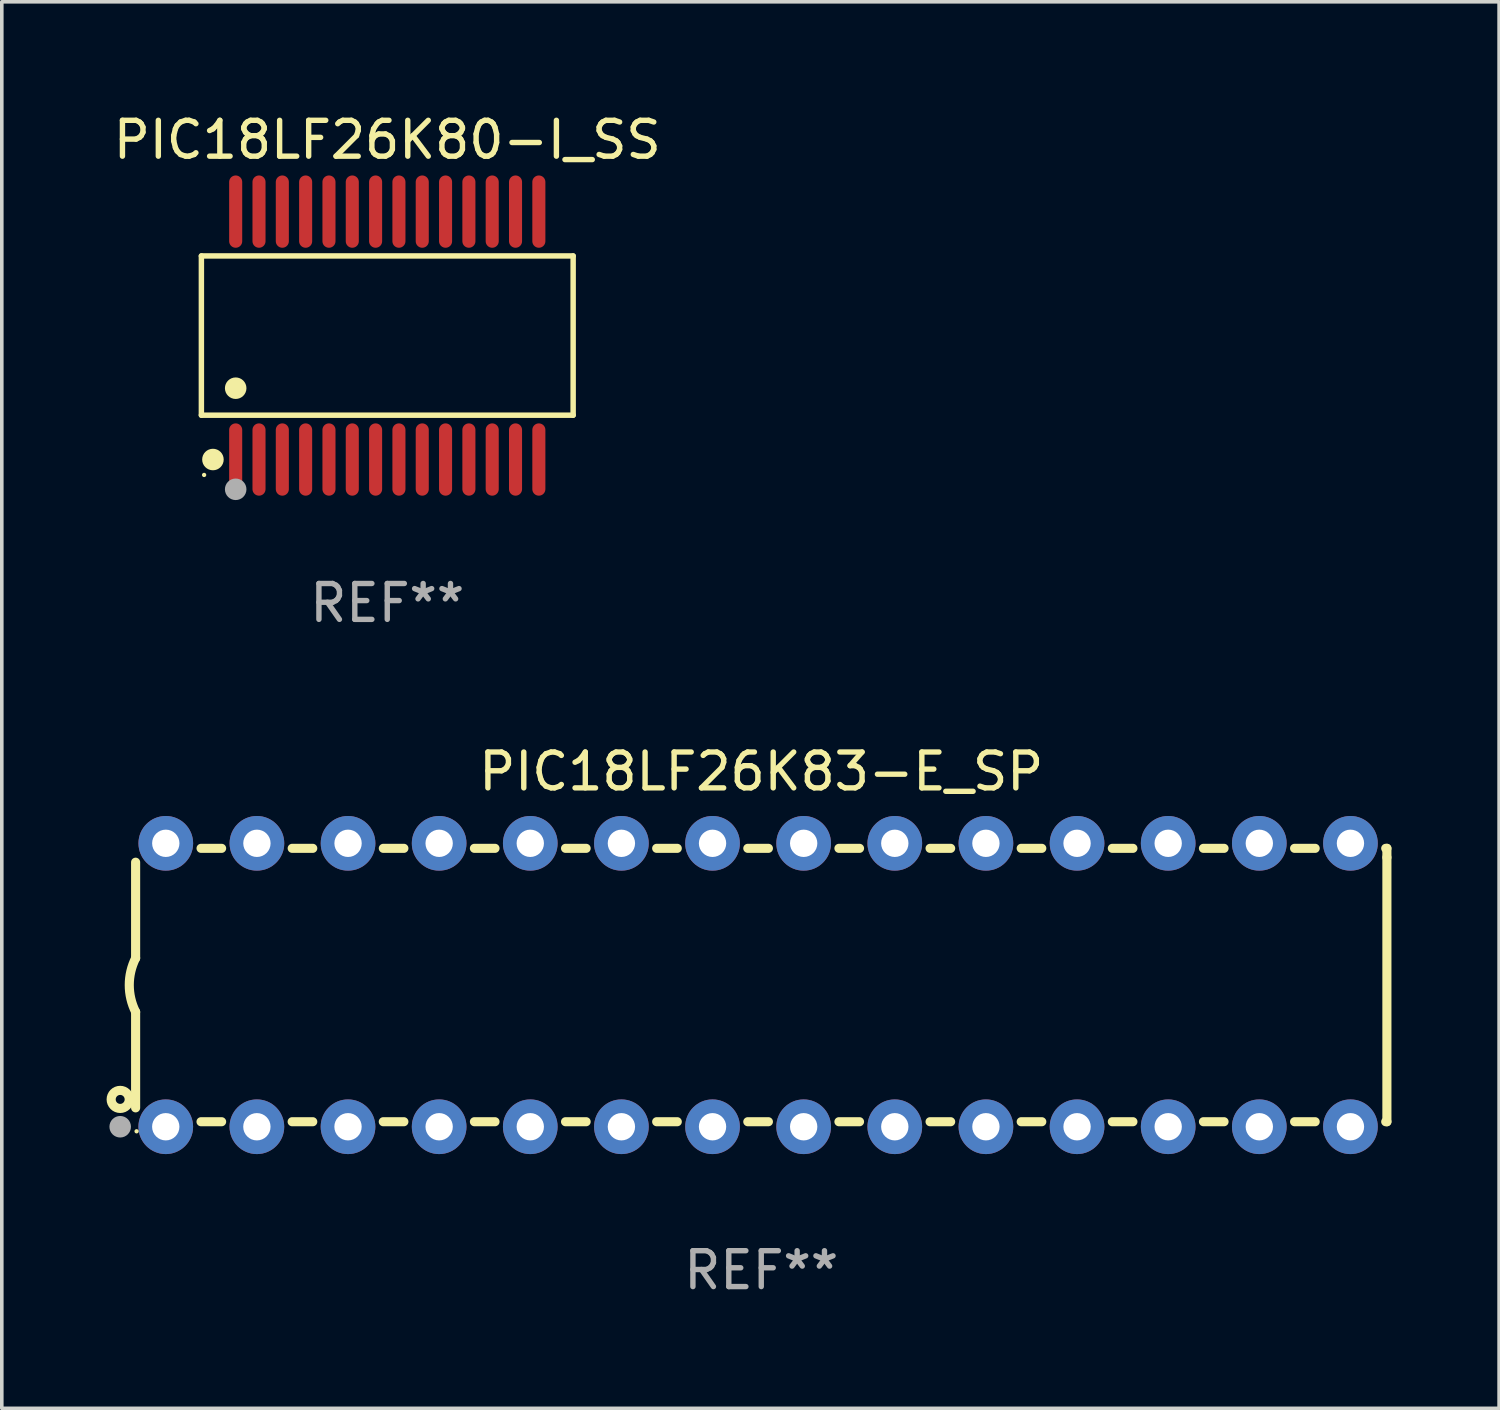
<source format=kicad_pcb>
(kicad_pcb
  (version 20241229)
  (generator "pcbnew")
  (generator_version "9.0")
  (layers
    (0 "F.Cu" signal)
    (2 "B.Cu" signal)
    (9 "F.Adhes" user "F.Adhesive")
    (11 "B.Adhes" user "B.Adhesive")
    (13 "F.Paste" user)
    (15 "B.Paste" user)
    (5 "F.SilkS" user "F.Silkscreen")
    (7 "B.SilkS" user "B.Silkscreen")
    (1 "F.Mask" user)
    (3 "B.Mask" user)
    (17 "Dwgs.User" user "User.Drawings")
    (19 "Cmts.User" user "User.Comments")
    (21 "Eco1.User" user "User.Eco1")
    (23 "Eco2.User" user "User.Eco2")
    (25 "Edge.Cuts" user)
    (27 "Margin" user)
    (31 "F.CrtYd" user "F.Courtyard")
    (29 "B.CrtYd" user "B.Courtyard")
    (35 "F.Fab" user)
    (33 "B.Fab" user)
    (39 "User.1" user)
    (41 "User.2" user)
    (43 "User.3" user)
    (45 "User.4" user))
  (footprint "PIC18LF26K83-E_SP"
    (layer "F.Cu")
    (at 18.168 24.405)
    (property "Reference" "PIC18LF26K83-E_SP" (at 0 -5.95 0) (layer "F.SilkS") (effects (font (size 1 1) (thickness 0.15))))
    (attr through_hole)
    (fp_line (start -17.438 0.75) (end -17.438 3.423) (stroke (width 0.254) (type solid)) (layer "F.SilkS"))
    (fp_line (start -17.438 -3.423) (end -17.438 -0.75) (stroke (width 0.254) (type solid)) (layer "F.SilkS"))
    (fp_line (start -15.615 3.81) (end -15.041 3.81) (stroke (width 0.254) (type solid)) (layer "F.SilkS"))
    (fp_line (start -15.041 -3.81) (end -15.614 -3.81) (stroke (width 0.254) (type solid)) (layer "F.SilkS"))
    (fp_line (start -13.075 3.81) (end -12.501 3.81) (stroke (width 0.254) (type solid)) (layer "F.SilkS"))
    (fp_line (start -12.501 -3.81) (end -13.074 -3.81) (stroke (width 0.254) (type solid)) (layer "F.SilkS"))
    (fp_line (start -10.535 3.81) (end -9.961 3.81) (stroke (width 0.254) (type solid)) (layer "F.SilkS"))
    (fp_line (start -9.961 -3.81) (end -10.534 -3.81) (stroke (width 0.254) (type solid)) (layer "F.SilkS"))
    (fp_line (start -7.995 3.81) (end -7.421 3.81) (stroke (width 0.254) (type solid)) (layer "F.SilkS"))
    (fp_line (start -7.421 -3.81) (end -7.995 -3.81) (stroke (width 0.254) (type solid)) (layer "F.SilkS"))
    (fp_line (start -5.455 3.81) (end -4.881 3.81) (stroke (width 0.254) (type solid)) (layer "F.SilkS"))
    (fp_line (start -4.881 -3.81) (end -5.455 -3.81) (stroke (width 0.254) (type solid)) (layer "F.SilkS"))
    (fp_line (start -2.915 3.81) (end -2.341 3.81) (stroke (width 0.254) (type solid)) (layer "F.SilkS"))
    (fp_line (start -2.341 -3.81) (end -2.915 -3.81) (stroke (width 0.254) (type solid)) (layer "F.SilkS"))
    (fp_line (start -0.375 3.81) (end 0.199 3.81) (stroke (width 0.254) (type solid)) (layer "F.SilkS"))
    (fp_line (start 0.199 -3.81) (end -0.375 -3.81) (stroke (width 0.254) (type solid)) (layer "F.SilkS"))
    (fp_line (start 2.165 3.81) (end 2.739 3.81) (stroke (width 0.254) (type solid)) (layer "F.SilkS"))
    (fp_line (start 2.739 -3.81) (end 2.165 -3.81) (stroke (width 0.254) (type solid)) (layer "F.SilkS"))
    (fp_line (start 4.705 3.81) (end 5.279 3.81) (stroke (width 0.254) (type solid)) (layer "F.SilkS"))
    (fp_line (start 5.279 -3.81) (end 4.705 -3.81) (stroke (width 0.254) (type solid)) (layer "F.SilkS"))
    (fp_line (start 7.245 3.81) (end 7.819 3.81) (stroke (width 0.254) (type solid)) (layer "F.SilkS"))
    (fp_line (start 7.819 -3.81) (end 7.245 -3.81) (stroke (width 0.254) (type solid)) (layer "F.SilkS"))
    (fp_line (start 9.785 3.81) (end 10.359 3.81) (stroke (width 0.254) (type solid)) (layer "F.SilkS"))
    (fp_line (start 10.359 -3.81) (end 9.785 -3.81) (stroke (width 0.254) (type solid)) (layer "F.SilkS"))
    (fp_line (start 12.325 3.81) (end 12.899 3.81) (stroke (width 0.254) (type solid)) (layer "F.SilkS"))
    (fp_line (start 12.899 -3.81) (end 12.325 -3.81) (stroke (width 0.254) (type solid)) (layer "F.SilkS"))
    (fp_line (start 14.865 3.81) (end 15.439 3.81) (stroke (width 0.254) (type solid)) (layer "F.SilkS"))
    (fp_line (start 15.439 -3.81) (end 14.865 -3.81) (stroke (width 0.254) (type solid)) (layer "F.SilkS"))
    (fp_line (start 17.405 3.81) (end 17.438 3.81) (stroke (width 0.254) (type solid)) (layer "F.SilkS"))
    (fp_line (start 17.438 -3.81) (end 17.405 -3.81) (stroke (width 0.254) (type solid)) (layer "F.SilkS"))
    (fp_line (start 17.438 -3.556) (end 17.438 -3.81) (stroke (width 0.254) (type solid)) (layer "F.SilkS"))
    (fp_line (start 17.438 3.81) (end 17.438 -3.556) (stroke (width 0.254) (type solid)) (layer "F.SilkS"))
    (fp_arc (start -17.437986 0.749657) (mid -17.614887 -0.000024) (end -17.437783 -0.749657) (stroke (width 0.254001) (type solid)) (layer "F.SilkS"))
    (fp_circle (center -17.868 3.188) (end -17.743 3.188) (stroke (width 0.254) (type solid)) (fill no) (layer "F.SilkS"))
    (fp_circle (center -17.411 4.077) (end -17.381 4.077) (stroke (width 0.06) (type solid)) (fill no) (layer "F.SilkS"))
    (fp_circle (center -17.868 3.95) (end -17.718 3.95) (stroke (width 0.3) (type solid)) (fill no) (layer "F.Fab"))
    (fp_text user "REF**" (at 0 7.95 0) (layer "F.Fab") (effects (font (size 1 1) (thickness 0.15))))
    (pad "1" thru_hole circle (at -16.598 3.95) (size 1.524 1.524) (drill 0.762) (layers "*.Cu" "*.Mask"))
    (pad "2" thru_hole circle (at -14.058 3.95) (size 1.524 1.524) (drill 0.762) (layers "*.Cu" "*.Mask"))
    (pad "3" thru_hole circle (at -11.518 3.95) (size 1.524 1.524) (drill 0.762) (layers "*.Cu" "*.Mask"))
    (pad "4" thru_hole circle (at -8.978 3.95) (size 1.524 1.524) (drill 0.762) (layers "*.Cu" "*.Mask"))
    (pad "5" thru_hole circle (at -6.438 3.95) (size 1.524 1.524) (drill 0.762) (layers "*.Cu" "*.Mask"))
    (pad "6" thru_hole circle (at -3.898 3.95) (size 1.524 1.524) (drill 0.762) (layers "*.Cu" "*.Mask"))
    (pad "7" thru_hole circle (at -1.358 3.95) (size 1.524 1.524) (drill 0.762) (layers "*.Cu" "*.Mask"))
    (pad "8" thru_hole circle (at 1.182 3.95) (size 1.524 1.524) (drill 0.762) (layers "*.Cu" "*.Mask"))
    (pad "9" thru_hole circle (at 3.722 3.95) (size 1.524 1.524) (drill 0.762) (layers "*.Cu" "*.Mask"))
    (pad "10" thru_hole circle (at 6.262 3.95) (size 1.524 1.524) (drill 0.762) (layers "*.Cu" "*.Mask"))
    (pad "11" thru_hole circle (at 8.802 3.95) (size 1.524 1.524) (drill 0.762) (layers "*.Cu" "*.Mask"))
    (pad "12" thru_hole circle (at 11.342 3.95) (size 1.524 1.524) (drill 0.762) (layers "*.Cu" "*.Mask"))
    (pad "13" thru_hole circle (at 13.882 3.95) (size 1.524 1.524) (drill 0.762) (layers "*.Cu" "*.Mask"))
    (pad "14" thru_hole circle (at 16.422 3.95) (size 1.524 1.524) (drill 0.762) (layers "*.Cu" "*.Mask"))
    (pad "15" thru_hole circle (at 16.422 -3.95) (size 1.524 1.524) (drill 0.762) (layers "*.Cu" "*.Mask"))
    (pad "16" thru_hole circle (at 13.882 -3.95) (size 1.524 1.524) (drill 0.762) (layers "*.Cu" "*.Mask"))
    (pad "17" thru_hole circle (at 11.342 -3.95) (size 1.524 1.524) (drill 0.762) (layers "*.Cu" "*.Mask"))
    (pad "18" thru_hole circle (at 8.802 -3.95) (size 1.524 1.524) (drill 0.762) (layers "*.Cu" "*.Mask"))
    (pad "19" thru_hole circle (at 6.262 -3.95) (size 1.524 1.524) (drill 0.762) (layers "*.Cu" "*.Mask"))
    (pad "20" thru_hole circle (at 3.722 -3.95) (size 1.524 1.524) (drill 0.762) (layers "*.Cu" "*.Mask"))
    (pad "21" thru_hole circle (at 1.182 -3.95) (size 1.524 1.524) (drill 0.762) (layers "*.Cu" "*.Mask"))
    (pad "22" thru_hole circle (at -1.358 -3.95) (size 1.524 1.524) (drill 0.762) (layers "*.Cu" "*.Mask"))
    (pad "23" thru_hole circle (at -3.898 -3.95) (size 1.524 1.524) (drill 0.762) (layers "*.Cu" "*.Mask"))
    (pad "24" thru_hole circle (at -6.438 -3.95) (size 1.524 1.524) (drill 0.762) (layers "*.Cu" "*.Mask"))
    (pad "25" thru_hole circle (at -8.978 -3.95) (size 1.524 1.524) (drill 0.762) (layers "*.Cu" "*.Mask"))
    (pad "26" thru_hole circle (at -11.517 -3.95) (size 1.524 1.524) (drill 0.762) (layers "*.Cu" "*.Mask"))
    (pad "27" thru_hole circle (at -14.057 -3.95) (size 1.524 1.524) (drill 0.762) (layers "*.Cu" "*.Mask"))
    (pad "28" thru_hole circle (at -16.597 -3.95) (size 1.524 1.524) (drill 0.762) (layers "*.Cu" "*.Mask")))
  (footprint "PIC18LF26K80-I_SS"
    (layer "F.Cu")
    (at 7.744 6.303)
    (property "Reference" "PIC18LF26K80-I_SS" (at 0 -5.455 0) (layer "F.SilkS") (effects (font (size 1 1) (thickness 0.15))))
    (attr through_hole)
    (fp_line (start -5.181 -2.219) (end 5.181 -2.219) (stroke (width 0.152) (type solid)) (layer "F.SilkS"))
    (fp_line (start -5.181 2.219) (end -5.181 -2.219) (stroke (width 0.152) (type solid)) (layer "F.SilkS"))
    (fp_line (start 5.181 -2.219) (end 5.181 2.219) (stroke (width 0.152) (type solid)) (layer "F.SilkS"))
    (fp_line (start 5.181 2.219) (end -5.181 2.219) (stroke (width 0.152) (type solid)) (layer "F.SilkS"))
    (fp_circle (center -5.105 3.885) (end -5.075 3.885) (stroke (width 0.06) (type solid)) (fill no) (layer "F.SilkS"))
    (fp_circle (center -4.859 3.455) (end -4.709 3.455) (stroke (width 0.3) (type solid)) (fill no) (layer "F.SilkS"))
    (fp_circle (center -4.225 1.467) (end -4.075 1.467) (stroke (width 0.3) (type solid)) (fill no) (layer "F.SilkS"))
    (fp_circle (center -4.225 4.285) (end -4.075 4.285) (stroke (width 0.3) (type solid)) (fill no) (layer "F.Fab"))
    (fp_text user "REF**" (at 0 7.455 0) (layer "F.Fab") (effects (font (size 1 1) (thickness 0.15))))
    (pad "1" smd oval (at -4.225 3.455) (size 0.364 2.015) (layers "F.Cu" "F.Mask" "F.Paste"))
    (pad "2" smd oval (at -3.575 3.455) (size 0.364 2.015) (layers "F.Cu" "F.Mask" "F.Paste"))
    (pad "3" smd oval (at -2.925 3.455) (size 0.364 2.015) (layers "F.Cu" "F.Mask" "F.Paste"))
    (pad "4" smd oval (at -2.275 3.455) (size 0.364 2.015) (layers "F.Cu" "F.Mask" "F.Paste"))
    (pad "5" smd oval (at -1.625 3.455) (size 0.364 2.015) (layers "F.Cu" "F.Mask" "F.Paste"))
    (pad "6" smd oval (at -0.975 3.455) (size 0.364 2.015) (layers "F.Cu" "F.Mask" "F.Paste"))
    (pad "7" smd oval (at -0.325 3.455) (size 0.364 2.015) (layers "F.Cu" "F.Mask" "F.Paste"))
    (pad "8" smd oval (at 0.325 3.455) (size 0.364 2.015) (layers "F.Cu" "F.Mask" "F.Paste"))
    (pad "9" smd oval (at 0.975 3.455) (size 0.364 2.015) (layers "F.Cu" "F.Mask" "F.Paste"))
    (pad "10" smd oval (at 1.625 3.455) (size 0.364 2.015) (layers "F.Cu" "F.Mask" "F.Paste"))
    (pad "11" smd oval (at 2.275 3.455) (size 0.364 2.015) (layers "F.Cu" "F.Mask" "F.Paste"))
    (pad "12" smd oval (at 2.925 3.455) (size 0.364 2.015) (layers "F.Cu" "F.Mask" "F.Paste"))
    (pad "13" smd oval (at 3.575 3.455) (size 0.364 2.015) (layers "F.Cu" "F.Mask" "F.Paste"))
    (pad "14" smd oval (at 4.225 3.455) (size 0.364 2.015) (layers "F.Cu" "F.Mask" "F.Paste"))
    (pad "15" smd oval (at 4.225 -3.455) (size 0.364 2.015) (layers "F.Cu" "F.Mask" "F.Paste"))
    (pad "16" smd oval (at 3.575 -3.455) (size 0.364 2.015) (layers "F.Cu" "F.Mask" "F.Paste"))
    (pad "17" smd oval (at 2.925 -3.455) (size 0.364 2.015) (layers "F.Cu" "F.Mask" "F.Paste"))
    (pad "18" smd oval (at 2.275 -3.455) (size 0.364 2.015) (layers "F.Cu" "F.Mask" "F.Paste"))
    (pad "19" smd oval (at 1.625 -3.455) (size 0.364 2.015) (layers "F.Cu" "F.Mask" "F.Paste"))
    (pad "20" smd oval (at 0.975 -3.455) (size 0.364 2.015) (layers "F.Cu" "F.Mask" "F.Paste"))
    (pad "21" smd oval (at 0.325 -3.455) (size 0.364 2.015) (layers "F.Cu" "F.Mask" "F.Paste"))
    (pad "22" smd oval (at -0.325 -3.455) (size 0.364 2.015) (layers "F.Cu" "F.Mask" "F.Paste"))
    (pad "23" smd oval (at -0.975 -3.455) (size 0.364 2.015) (layers "F.Cu" "F.Mask" "F.Paste"))
    (pad "24" smd oval (at -1.625 -3.455) (size 0.364 2.015) (layers "F.Cu" "F.Mask" "F.Paste"))
    (pad "25" smd oval (at -2.275 -3.455) (size 0.364 2.015) (layers "F.Cu" "F.Mask" "F.Paste"))
    (pad "26" smd oval (at -2.925 -3.455) (size 0.364 2.015) (layers "F.Cu" "F.Mask" "F.Paste"))
    (pad "27" smd oval (at -3.575 -3.455) (size 0.364 2.015) (layers "F.Cu" "F.Mask" "F.Paste"))
    (pad "28" smd oval (at -4.225 -3.455) (size 0.364 2.015) (layers "F.Cu" "F.Mask" "F.Paste")))
  (gr_rect
    (start -3 -3)
    (end 38.733 36.203)
    (stroke (width 0.1) (type default))
    (fill no)
    (layer "Edge.Cuts")))
</source>
